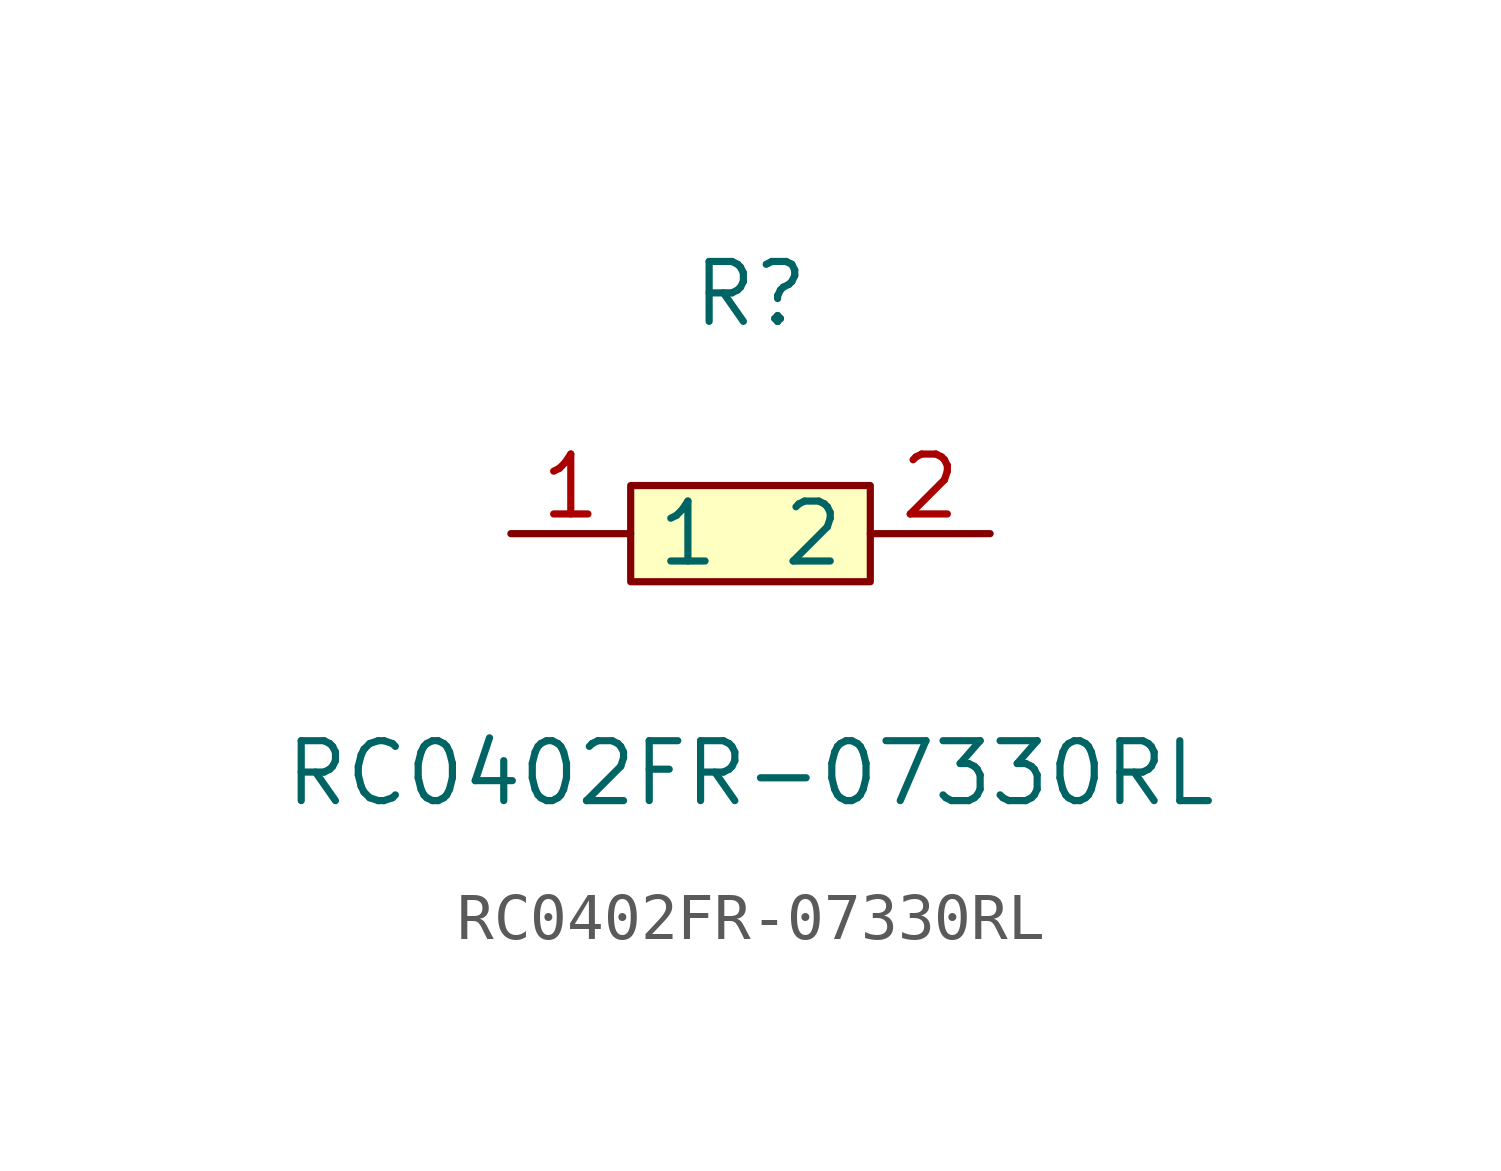
<source format=kicad_sym>
(kicad_symbol_lib
  (version 1)
  (generator "faebryk")
  (symbol "RC0402FR-07330RL"
    (property "Reference" "R"
      (at 0 5.08 0)
      (effects (font (size 1.27 1.27)) (hide no)))
    (property "Value" "RC0402FR-07330RL"
      (at 0 -5.08 0)
      (effects (font (size 1.27 1.27)) (hide no)))
    (symbol "RC0402FR-07330RL_0_1"
      (rectangle (start -2.54 1.02) (end 2.54 -1.02) (stroke (width 0) (type default) (color 0 0 0 0)) (fill (type background)))
      (pin input line (at 5.08 0 180) (length 2.54) (name "2" (effects (font (size 1.27 1.27)) (hide no))) (number "2" (effects (font (size 1.27 1.27)) (hide no))))
      (pin input line (at -5.08 0 0) (length 2.54) (name "1" (effects (font (size 1.27 1.27)) (hide no))) (number "1" (effects (font (size 1.27 1.27)) (hide no)))))))
</source>
